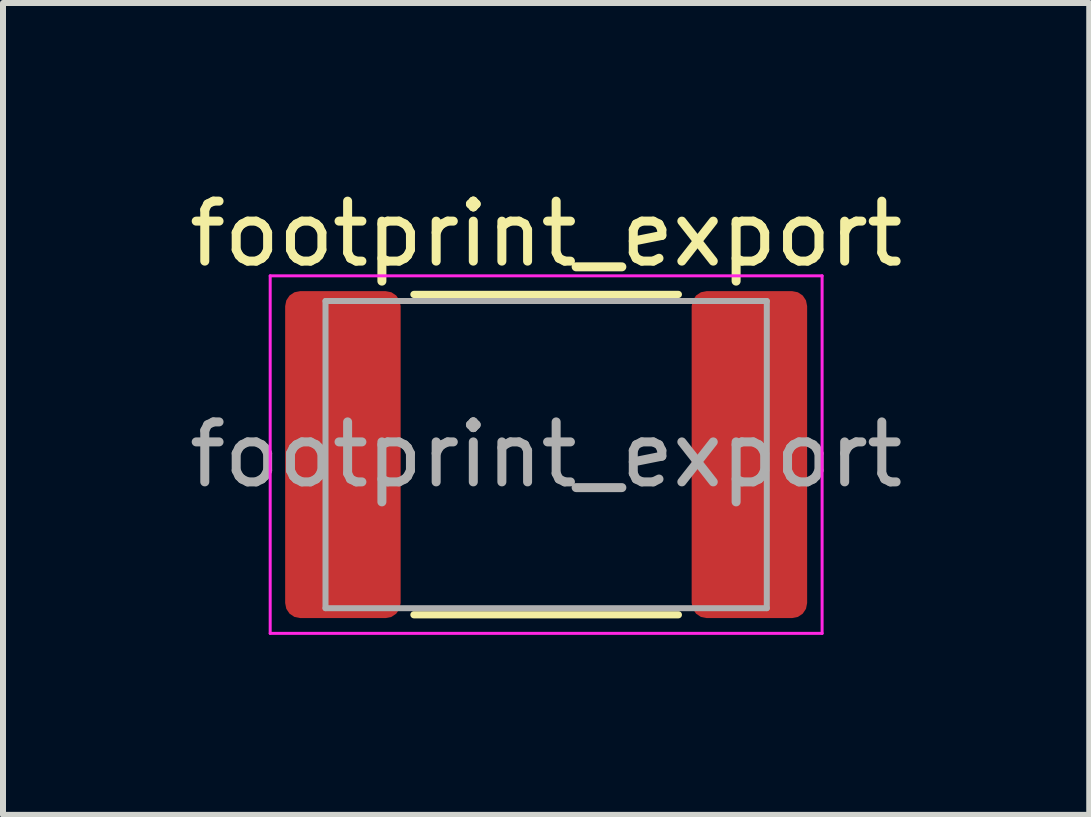
<source format=kicad_pcb>
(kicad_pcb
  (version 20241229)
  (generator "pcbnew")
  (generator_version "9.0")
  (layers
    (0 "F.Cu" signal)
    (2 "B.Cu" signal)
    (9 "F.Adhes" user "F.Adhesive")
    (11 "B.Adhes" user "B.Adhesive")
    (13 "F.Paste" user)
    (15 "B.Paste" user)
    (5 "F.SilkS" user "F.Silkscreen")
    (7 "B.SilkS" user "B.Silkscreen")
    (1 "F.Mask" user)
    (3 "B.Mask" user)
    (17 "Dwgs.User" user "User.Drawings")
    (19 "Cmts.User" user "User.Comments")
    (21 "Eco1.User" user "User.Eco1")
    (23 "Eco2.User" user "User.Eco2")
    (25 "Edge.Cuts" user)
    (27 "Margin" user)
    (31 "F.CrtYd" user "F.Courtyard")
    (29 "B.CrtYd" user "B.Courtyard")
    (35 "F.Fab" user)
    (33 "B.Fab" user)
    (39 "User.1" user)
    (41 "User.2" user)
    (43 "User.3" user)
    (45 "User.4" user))
  (footprint "footprint_export"
    (layer "F.Cu")
    (at 6.054 4.528)
    (property "Reference" "footprint_export" (at 0 -3.68 0) (layer "F.SilkS") (effects (font (size 1 1) (thickness 0.15))))
    (attr smd)
    (fp_line (start -2.204 -2.67) (end 2.204 -2.67) (stroke (width 0.12) (type solid)) (layer "F.SilkS"))
    (fp_line (start -2.204 2.67) (end 2.204 2.67) (stroke (width 0.12) (type solid)) (layer "F.SilkS"))
    (fp_line (start -4.6 -2.98) (end 4.6 -2.98) (stroke (width 0.05) (type solid)) (layer "F.CrtYd"))
    (fp_line (start -4.6 2.98) (end -4.6 -2.98) (stroke (width 0.05) (type solid)) (layer "F.CrtYd"))
    (fp_line (start 4.6 -2.98) (end 4.6 2.98) (stroke (width 0.05) (type solid)) (layer "F.CrtYd"))
    (fp_line (start 4.6 2.98) (end -4.6 2.98) (stroke (width 0.05) (type solid)) (layer "F.CrtYd"))
    (fp_line (start -3.678 -2.56) (end 3.678 -2.56) (stroke (width 0.1) (type solid)) (layer "F.Fab"))
    (fp_line (start -3.678 2.56) (end -3.678 -2.56) (stroke (width 0.1) (type solid)) (layer "F.Fab"))
    (fp_line (start 3.678 -2.56) (end 3.678 2.56) (stroke (width 0.1) (type solid)) (layer "F.Fab"))
    (fp_line (start 3.678 2.56) (end -3.678 2.56) (stroke (width 0.1) (type solid)) (layer "F.Fab"))
    (fp_text user "${REFERENCE}" (at 0 0 0) (layer "F.Fab") (effects (font (size 1 1) (thickness 0.15))))
    (pad "1" smd roundrect (at -3.388 0) (size 1.925 5.45) (layers "F.Cu" "F.Mask" "F.Paste") (roundrect_rratio 0.13))
    (pad "2" smd roundrect (at 3.388 0) (size 1.925 5.45) (layers "F.Cu" "F.Mask" "F.Paste") (roundrect_rratio 0.13)))
  (gr_rect
    (start -3 -3)
    (end 15.107 10.533)
    (stroke (width 0.1) (type default))
    (fill no)
    (layer "Edge.Cuts")))
</source>
